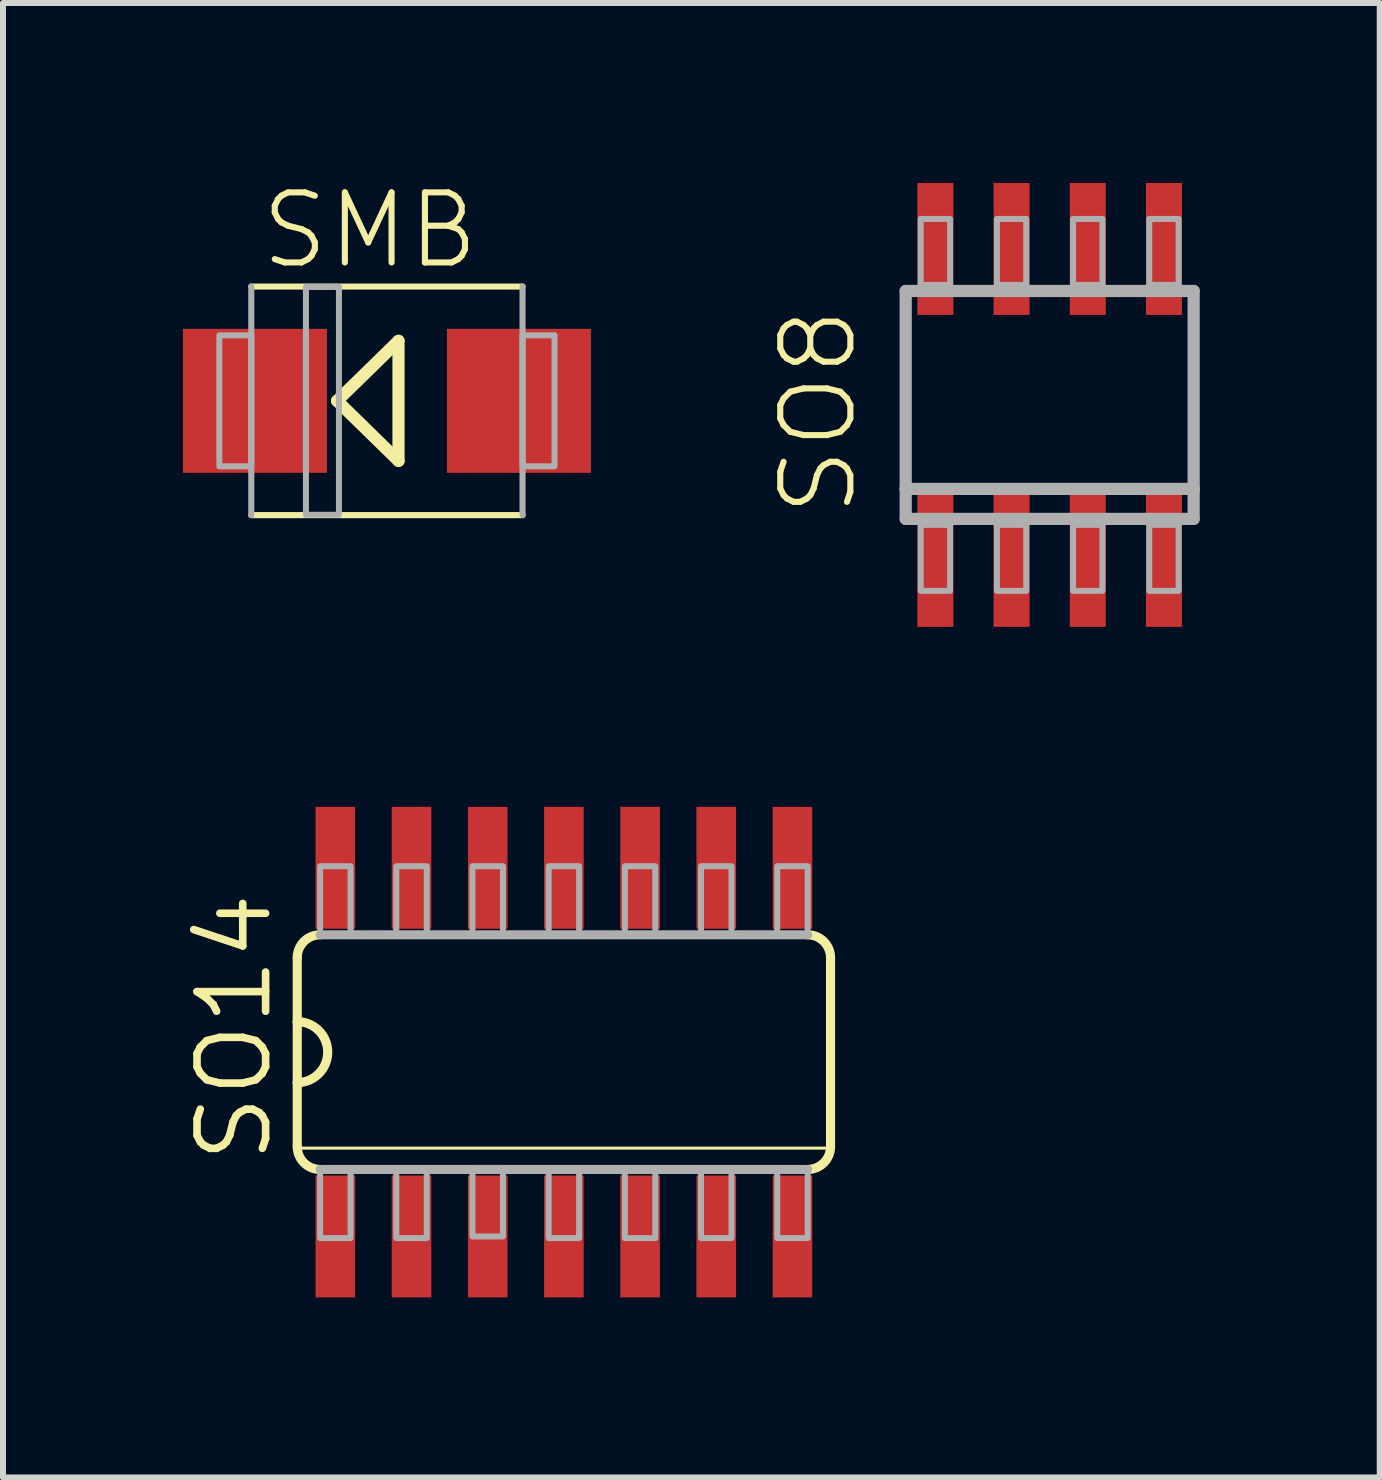
<source format=kicad_pcb>
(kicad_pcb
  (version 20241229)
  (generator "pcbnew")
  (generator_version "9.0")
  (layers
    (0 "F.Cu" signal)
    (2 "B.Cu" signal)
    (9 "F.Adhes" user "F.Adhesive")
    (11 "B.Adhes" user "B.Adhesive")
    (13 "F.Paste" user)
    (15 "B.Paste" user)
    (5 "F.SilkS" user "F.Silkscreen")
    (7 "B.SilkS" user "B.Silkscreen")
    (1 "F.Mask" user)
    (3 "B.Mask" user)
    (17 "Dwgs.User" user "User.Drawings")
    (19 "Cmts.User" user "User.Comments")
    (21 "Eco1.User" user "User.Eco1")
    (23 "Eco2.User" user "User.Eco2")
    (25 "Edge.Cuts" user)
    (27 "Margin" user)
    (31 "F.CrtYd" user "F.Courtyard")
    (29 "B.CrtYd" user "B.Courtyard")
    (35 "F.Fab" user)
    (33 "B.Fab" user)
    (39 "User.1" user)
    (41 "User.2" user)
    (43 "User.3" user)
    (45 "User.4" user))
  (footprint "SO14"
    (layer "F.Cu")
    (at 6.35 14.489)
    (property "Reference" "SO14" (at -4.826 1.905 90) (layer "F.SilkS") (effects (font (size 1.143 1.143) (thickness 0.127)) (justify left bottom)))
    (fp_line (start -4.445 -1.575) (end -4.445 -0.508) (stroke (width 0.152) (type solid)) (layer "F.SilkS"))
    (fp_line (start -4.445 -0.508) (end -4.445 0.508) (stroke (width 0.152) (type solid)) (layer "F.SilkS"))
    (fp_line (start -4.445 0.508) (end -4.445 1.575) (stroke (width 0.152) (type solid)) (layer "F.SilkS"))
    (fp_line (start -4.445 1.6) (end 4.445 1.6) (stroke (width 0.051) (type solid)) (layer "F.SilkS"))
    (fp_line (start 4.445 1.575) (end 4.445 -1.575) (stroke (width 0.152) (type solid)) (layer "F.SilkS"))
    (fp_arc (start -4.445 -1.5748) (mid -4.333408 -1.844208) (end -4.064 -1.9558) (stroke (width 0.1524) (type solid)) (layer "F.SilkS"))
    (fp_arc (start -4.445 -0.508) (mid -3.937 0) (end -4.445 0.508) (stroke (width 0.1524) (type solid)) (layer "F.SilkS"))
    (fp_arc (start -4.064 1.9558) (mid -4.333408 1.844208) (end -4.445 1.5748) (stroke (width 0.1524) (type solid)) (layer "F.SilkS"))
    (fp_arc (start 4.064 -1.9558) (mid 4.333408 -1.844208) (end 4.445 -1.5748) (stroke (width 0.1524) (type solid)) (layer "F.SilkS"))
    (fp_arc (start 4.445 1.5748) (mid 4.333408 1.844208) (end 4.064 1.9558) (stroke (width 0.1524) (type solid)) (layer "F.SilkS"))
    (fp_line (start -4.064 1.956) (end 4.064 1.956) (stroke (width 0.152) (type solid)) (layer "F.Fab"))
    (fp_line (start 4.064 -1.956) (end -4.064 -1.956) (stroke (width 0.152) (type solid)) (layer "F.Fab"))
    (fp_poly (pts (xy -4.064 -1.956) (xy -3.556 -1.956) (xy -3.556 -3.099) (xy -4.064 -3.099)) (stroke (width 0.1) (type default)) (fill no) (layer "F.Fab"))
    (fp_poly (pts (xy -4.064 3.099) (xy -3.556 3.099) (xy -3.556 1.956) (xy -4.064 1.956)) (stroke (width 0.1) (type default)) (fill no) (layer "F.Fab"))
    (fp_poly (pts (xy -2.794 -1.956) (xy -2.286 -1.956) (xy -2.286 -3.099) (xy -2.794 -3.099)) (stroke (width 0.1) (type default)) (fill no) (layer "F.Fab"))
    (fp_poly (pts (xy -2.794 3.099) (xy -2.286 3.099) (xy -2.286 1.956) (xy -2.794 1.956)) (stroke (width 0.1) (type default)) (fill no) (layer "F.Fab"))
    (fp_poly (pts (xy -1.524 -1.956) (xy -1.016 -1.956) (xy -1.016 -3.099) (xy -1.524 -3.099)) (stroke (width 0.1) (type default)) (fill no) (layer "F.Fab"))
    (fp_poly (pts (xy -1.524 3.073) (xy -1.016 3.073) (xy -1.016 1.93) (xy -1.524 1.93)) (stroke (width 0.1) (type default)) (fill no) (layer "F.Fab"))
    (fp_poly (pts (xy -0.254 -1.956) (xy 0.254 -1.956) (xy 0.254 -3.099) (xy -0.254 -3.099)) (stroke (width 0.1) (type default)) (fill no) (layer "F.Fab"))
    (fp_poly (pts (xy -0.254 3.099) (xy 0.254 3.099) (xy 0.254 1.956) (xy -0.254 1.956)) (stroke (width 0.1) (type default)) (fill no) (layer "F.Fab"))
    (fp_poly (pts (xy 1.016 -1.956) (xy 1.524 -1.956) (xy 1.524 -3.099) (xy 1.016 -3.099)) (stroke (width 0.1) (type default)) (fill no) (layer "F.Fab"))
    (fp_poly (pts (xy 1.016 3.099) (xy 1.524 3.099) (xy 1.524 1.956) (xy 1.016 1.956)) (stroke (width 0.1) (type default)) (fill no) (layer "F.Fab"))
    (fp_poly (pts (xy 2.286 -1.956) (xy 2.794 -1.956) (xy 2.794 -3.099) (xy 2.286 -3.099)) (stroke (width 0.1) (type default)) (fill no) (layer "F.Fab"))
    (fp_poly (pts (xy 2.286 3.099) (xy 2.794 3.099) (xy 2.794 1.956) (xy 2.286 1.956)) (stroke (width 0.1) (type default)) (fill no) (layer "F.Fab"))
    (fp_poly (pts (xy 3.556 -1.956) (xy 4.064 -1.956) (xy 4.064 -3.099) (xy 3.556 -3.099)) (stroke (width 0.1) (type default)) (fill no) (layer "F.Fab"))
    (fp_poly (pts (xy 3.556 3.099) (xy 4.064 3.099) (xy 4.064 1.956) (xy 3.556 1.956)) (stroke (width 0.1) (type default)) (fill no) (layer "F.Fab"))
    (pad "1" smd rect (at -3.81 3.073) (size 0.66 2.032) (layers "F.Cu" "F.Mask" "F.Paste"))
    (pad "2" smd rect (at -2.54 3.073) (size 0.66 2.032) (layers "F.Cu" "F.Mask" "F.Paste"))
    (pad "3" smd rect (at -1.27 3.073) (size 0.66 2.032) (layers "F.Cu" "F.Mask" "F.Paste"))
    (pad "4" smd rect (at 0 3.073) (size 0.66 2.032) (layers "F.Cu" "F.Mask" "F.Paste"))
    (pad "5" smd rect (at 1.27 3.073) (size 0.66 2.032) (layers "F.Cu" "F.Mask" "F.Paste"))
    (pad "6" smd rect (at 2.54 3.073) (size 0.66 2.032) (layers "F.Cu" "F.Mask" "F.Paste"))
    (pad "7" smd rect (at 3.81 3.073) (size 0.66 2.032) (layers "F.Cu" "F.Mask" "F.Paste"))
    (pad "8" smd rect (at 3.81 -3.073) (size 0.66 2.032) (layers "F.Cu" "F.Mask" "F.Paste"))
    (pad "9" smd rect (at 2.54 -3.073) (size 0.66 2.032) (layers "F.Cu" "F.Mask" "F.Paste"))
    (pad "10" smd rect (at 1.27 -3.073) (size 0.66 2.032) (layers "F.Cu" "F.Mask" "F.Paste"))
    (pad "11" smd rect (at 0 -3.073) (size 0.66 2.032) (layers "F.Cu" "F.Mask" "F.Paste"))
    (pad "12" smd rect (at -1.27 -3.073) (size 0.66 2.032) (layers "F.Cu" "F.Mask" "F.Paste"))
    (pad "13" smd rect (at -2.54 -3.073) (size 0.66 2.032) (layers "F.Cu" "F.Mask" "F.Paste"))
    (pad "14" smd rect (at -3.81 -3.073) (size 0.66 2.032) (layers "F.Cu" "F.Mask" "F.Paste")))
  (footprint "SMB"
    (layer "F.Cu")
    (at 3.4 3.632)
    (property "Reference" "SMB" (at -2.159 -2.159 0) (layer "F.SilkS") (effects (font (size 1.168 1.168) (thickness 0.102)) (justify left bottom)))
    (fp_line (start -2.261 -1.905) (end 2.261 -1.905) (stroke (width 0.102) (type solid)) (layer "F.SilkS"))
    (fp_line (start -2.261 1.905) (end 2.261 1.905) (stroke (width 0.102) (type solid)) (layer "F.SilkS"))
    (fp_line (start -0.83 0) (end 0.193 1) (stroke (width 0.203) (type solid)) (layer "F.SilkS"))
    (fp_line (start 0.193 -1) (end -0.83 0) (stroke (width 0.203) (type solid)) (layer "F.SilkS"))
    (fp_line (start 0.193 1) (end 0.193 -1) (stroke (width 0.203) (type solid)) (layer "F.SilkS"))
    (fp_line (start -2.261 1.905) (end -2.261 -1.905) (stroke (width 0.102) (type solid)) (layer "F.Fab"))
    (fp_line (start 2.261 1.905) (end 2.261 -1.905) (stroke (width 0.102) (type solid)) (layer "F.Fab"))
    (fp_poly (pts (xy -2.794 1.092) (xy -2.261 1.092) (xy -2.261 -1.092) (xy -2.794 -1.092)) (stroke (width 0.1) (type default)) (fill no) (layer "F.Fab"))
    (fp_poly (pts (xy -1.35 1.9) (xy -0.8 1.9) (xy -0.8 -1.9) (xy -1.35 -1.9)) (stroke (width 0.1) (type default)) (fill no) (layer "F.Fab"))
    (fp_poly (pts (xy 2.261 1.092) (xy 2.794 1.092) (xy 2.794 -1.092) (xy 2.261 -1.092)) (stroke (width 0.1) (type default)) (fill no) (layer "F.Fab"))
    (pad "A" smd rect (at 2.2 0) (size 2.4 2.4) (layers "F.Cu" "F.Mask" "F.Paste"))
    (pad "C" smd rect (at -2.2 0) (size 2.4 2.4) (layers "F.Cu" "F.Mask" "F.Paste")))
  (footprint "SO8"
    (layer "F.Cu")
    (at 14.448 3.7)
    (property "Reference" "SO8" (at -3.175 1.905 90) (layer "F.SilkS") (effects (font (size 1.168 1.168) (thickness 0.102)) (justify left bottom)))
    (fp_line (start -2.4 -1.9) (end 2.4 -1.9) (stroke (width 0.203) (type solid)) (layer "F.Fab"))
    (fp_line (start -2.4 1.4) (end -2.4 -1.9) (stroke (width 0.203) (type solid)) (layer "F.Fab"))
    (fp_line (start -2.4 1.9) (end -2.4 1.4) (stroke (width 0.203) (type solid)) (layer "F.Fab"))
    (fp_line (start 2.4 -1.9) (end 2.4 1.4) (stroke (width 0.203) (type solid)) (layer "F.Fab"))
    (fp_line (start 2.4 1.4) (end -2.4 1.4) (stroke (width 0.203) (type solid)) (layer "F.Fab"))
    (fp_line (start 2.4 1.4) (end 2.4 1.9) (stroke (width 0.203) (type solid)) (layer "F.Fab"))
    (fp_line (start 2.4 1.9) (end -2.4 1.9) (stroke (width 0.203) (type solid)) (layer "F.Fab"))
    (fp_poly (pts (xy -2.15 -2) (xy -1.66 -2) (xy -1.66 -3.1) (xy -2.15 -3.1)) (stroke (width 0.1) (type default)) (fill no) (layer "F.Fab"))
    (fp_poly (pts (xy -2.15 3.1) (xy -1.66 3.1) (xy -1.66 2) (xy -2.15 2)) (stroke (width 0.1) (type default)) (fill no) (layer "F.Fab"))
    (fp_poly (pts (xy -0.88 -2) (xy -0.39 -2) (xy -0.39 -3.1) (xy -0.88 -3.1)) (stroke (width 0.1) (type default)) (fill no) (layer "F.Fab"))
    (fp_poly (pts (xy -0.88 3.1) (xy -0.39 3.1) (xy -0.39 2) (xy -0.88 2)) (stroke (width 0.1) (type default)) (fill no) (layer "F.Fab"))
    (fp_poly (pts (xy 0.39 -2) (xy 0.88 -2) (xy 0.88 -3.1) (xy 0.39 -3.1)) (stroke (width 0.1) (type default)) (fill no) (layer "F.Fab"))
    (fp_poly (pts (xy 0.39 3.1) (xy 0.88 3.1) (xy 0.88 2) (xy 0.39 2)) (stroke (width 0.1) (type default)) (fill no) (layer "F.Fab"))
    (fp_poly (pts (xy 1.66 -2) (xy 2.15 -2) (xy 2.15 -3.1) (xy 1.66 -3.1)) (stroke (width 0.1) (type default)) (fill no) (layer "F.Fab"))
    (fp_poly (pts (xy 1.66 3.1) (xy 2.15 3.1) (xy 2.15 2) (xy 1.66 2)) (stroke (width 0.1) (type default)) (fill no) (layer "F.Fab"))
    (pad "1" smd rect (at -1.905 2.6) (size 0.6 2.2) (layers "F.Cu" "F.Mask" "F.Paste"))
    (pad "2" smd rect (at -0.635 2.6) (size 0.6 2.2) (layers "F.Cu" "F.Mask" "F.Paste"))
    (pad "3" smd rect (at 0.635 2.6) (size 0.6 2.2) (layers "F.Cu" "F.Mask" "F.Paste"))
    (pad "4" smd rect (at 1.905 2.6) (size 0.6 2.2) (layers "F.Cu" "F.Mask" "F.Paste"))
    (pad "5" smd rect (at 1.905 -2.6) (size 0.6 2.2) (layers "F.Cu" "F.Mask" "F.Paste"))
    (pad "6" smd rect (at 0.635 -2.6) (size 0.6 2.2) (layers "F.Cu" "F.Mask" "F.Paste"))
    (pad "7" smd rect (at -0.635 -2.6) (size 0.6 2.2) (layers "F.Cu" "F.Mask" "F.Paste"))
    (pad "8" smd rect (at -1.905 -2.6) (size 0.6 2.2) (layers "F.Cu" "F.Mask" "F.Paste")))
  (gr_rect
    (start -3 -3)
    (end 19.95 21.579)
    (stroke (width 0.1) (type default))
    (fill no)
    (layer "Edge.Cuts")))
</source>
